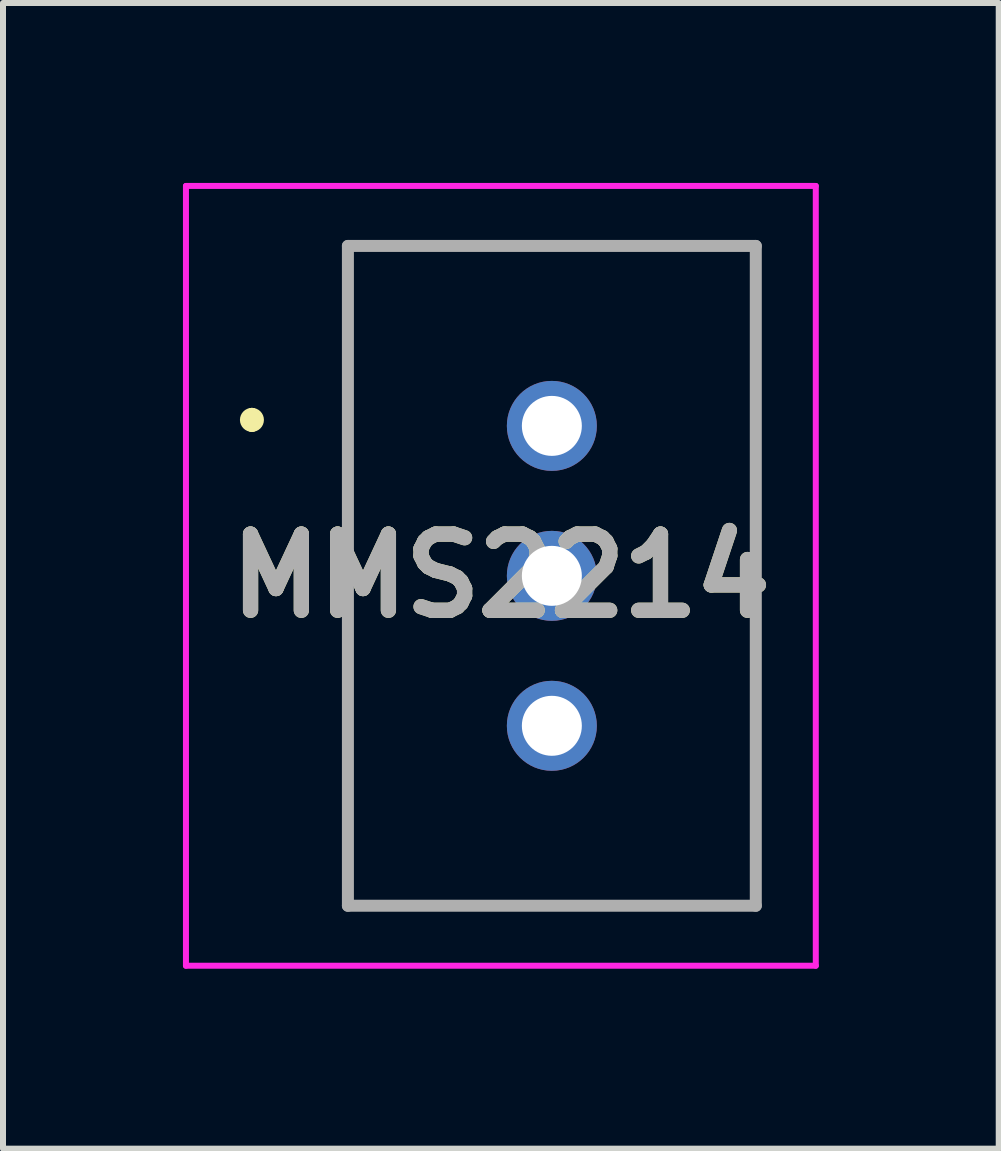
<source format=kicad_pcb>
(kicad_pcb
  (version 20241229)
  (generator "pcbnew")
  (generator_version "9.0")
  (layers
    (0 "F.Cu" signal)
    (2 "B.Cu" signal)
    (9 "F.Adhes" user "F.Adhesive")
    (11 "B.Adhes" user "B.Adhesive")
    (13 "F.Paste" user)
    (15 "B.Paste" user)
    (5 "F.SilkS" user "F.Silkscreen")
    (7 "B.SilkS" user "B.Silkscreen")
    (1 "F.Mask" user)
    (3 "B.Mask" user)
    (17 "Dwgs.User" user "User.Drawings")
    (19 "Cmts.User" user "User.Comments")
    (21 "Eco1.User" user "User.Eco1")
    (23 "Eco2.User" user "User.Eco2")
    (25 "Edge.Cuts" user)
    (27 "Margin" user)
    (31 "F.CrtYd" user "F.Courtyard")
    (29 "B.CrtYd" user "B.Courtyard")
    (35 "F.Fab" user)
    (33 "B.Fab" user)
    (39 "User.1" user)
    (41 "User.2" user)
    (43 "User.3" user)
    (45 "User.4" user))
  (footprint "MMS2214"
    (layer "F.Cu")
    (at 6.15 4.05)
    (property "Reference" "MMS2214" (at -0.85 2.5 0) (layer "F.SilkS") (effects (font (size 1.27 1.27) (thickness 0.254))))
    (attr through_hole)
    (fp_line (start -5 -0.2) (end -5 -0.2) (stroke (width 0.2) (type solid)) (layer "F.SilkS"))
    (fp_line (start -5 0) (end -5 0) (stroke (width 0.2) (type solid)) (layer "F.SilkS"))
    (fp_line (start -3.4 -3) (end 3.4 -3) (stroke (width 0.1) (type solid)) (layer "F.SilkS"))
    (fp_line (start -3.4 8) (end -3.4 -3) (stroke (width 0.1) (type solid)) (layer "F.SilkS"))
    (fp_line (start 3.4 -3) (end 3.4 8) (stroke (width 0.1) (type solid)) (layer "F.SilkS"))
    (fp_line (start 3.4 8) (end -3.4 8) (stroke (width 0.1) (type solid)) (layer "F.SilkS"))
    (fp_arc (start -5 -0.2) (mid -4.9 -0.1) (end -5 0) (stroke (width 0.2) (type solid)) (layer "F.SilkS"))
    (fp_arc (start -5 0) (mid -5.1 -0.1) (end -5 -0.2) (stroke (width 0.2) (type solid)) (layer "F.SilkS"))
    (fp_line (start -6.1 -4) (end 4.4 -4) (stroke (width 0.1) (type solid)) (layer "F.CrtYd"))
    (fp_line (start -6.1 9) (end -6.1 -4) (stroke (width 0.1) (type solid)) (layer "F.CrtYd"))
    (fp_line (start 4.4 -4) (end 4.4 9) (stroke (width 0.1) (type solid)) (layer "F.CrtYd"))
    (fp_line (start 4.4 9) (end -6.1 9) (stroke (width 0.1) (type solid)) (layer "F.CrtYd"))
    (fp_line (start -3.4 -3) (end 3.4 -3) (stroke (width 0.2) (type solid)) (layer "F.Fab"))
    (fp_line (start -3.4 8) (end -3.4 -3) (stroke (width 0.2) (type solid)) (layer "F.Fab"))
    (fp_line (start 3.4 -3) (end 3.4 8) (stroke (width 0.2) (type solid)) (layer "F.Fab"))
    (fp_line (start 3.4 8) (end -3.4 8) (stroke (width 0.2) (type solid)) (layer "F.Fab"))
    (fp_text user "${REFERENCE}" (at -0.85 2.5 0) (layer "F.Fab") (effects (font (size 1.27 1.27) (thickness 0.254))))
    (pad "1" thru_hole circle (at 0 0) (size 1.5 1.5) (drill 1) (layers "*.Cu" "*.Mask"))
    (pad "2" thru_hole circle (at 0 2.5) (size 1.5 1.5) (drill 1) (layers "*.Cu" "*.Mask"))
    (pad "3" thru_hole circle (at 0 5) (size 1.5 1.5) (drill 1) (layers "*.Cu" "*.Mask")))
  (gr_rect
    (start -3 -3)
    (end 13.6 16.1)
    (stroke (width 0.1) (type default))
    (fill no)
    (layer "Edge.Cuts")))
</source>
